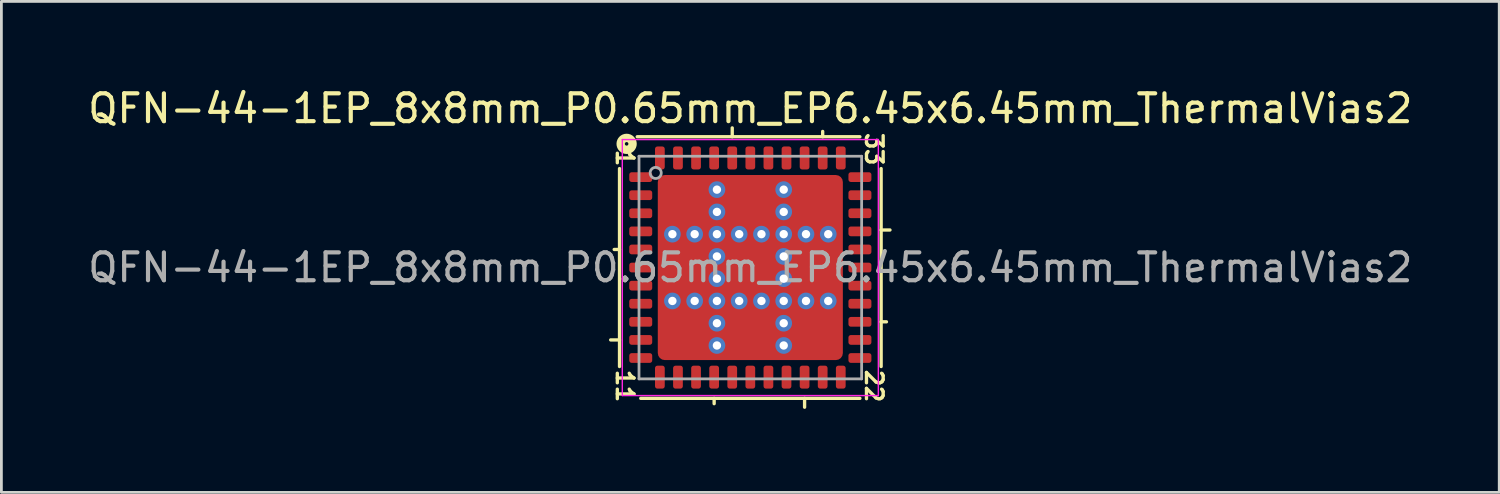
<source format=kicad_pcb>
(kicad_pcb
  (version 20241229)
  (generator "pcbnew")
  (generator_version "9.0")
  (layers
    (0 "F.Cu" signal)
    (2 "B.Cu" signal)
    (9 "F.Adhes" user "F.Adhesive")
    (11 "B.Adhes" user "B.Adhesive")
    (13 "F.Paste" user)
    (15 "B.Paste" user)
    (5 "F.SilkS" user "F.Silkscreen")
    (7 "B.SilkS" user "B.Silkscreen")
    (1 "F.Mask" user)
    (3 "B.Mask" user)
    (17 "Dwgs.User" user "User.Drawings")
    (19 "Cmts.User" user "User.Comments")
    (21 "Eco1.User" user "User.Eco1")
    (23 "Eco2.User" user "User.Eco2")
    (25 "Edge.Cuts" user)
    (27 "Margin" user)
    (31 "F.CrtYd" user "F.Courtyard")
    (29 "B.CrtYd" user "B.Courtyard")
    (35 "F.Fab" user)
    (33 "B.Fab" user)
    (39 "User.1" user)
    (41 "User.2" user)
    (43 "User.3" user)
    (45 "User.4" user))
  (footprint "QFN-44-1EP_8x8mm_P0.65mm_EP6.45x6.45mm_ThermalVias2"
    (layer "F.Cu")
    (at 23.911 6.564)
    (property "Reference" "QFN-44-1EP_8x8mm_P0.65mm_EP6.45x6.45mm_ThermalVias2" (at 0 -5.716 0) (layer "F.SilkS") (effects (font (size 1 1) (thickness 0.15))))
    (attr smd)
    (fp_line (start -4.7 -3.556) (end -4.7 3.556) (stroke (width 0.12) (type solid)) (layer "F.SilkS"))
    (fp_line (start -4.7 -0.65) (end -4.891 -0.65) (stroke (width 0.12) (type solid)) (layer "F.SilkS"))
    (fp_line (start -4.7 2.6) (end -5.018 2.6) (stroke (width 0.12) (type solid)) (layer "F.SilkS"))
    (fp_line (start -3.937 4.7) (end 3.937 4.7) (stroke (width 0.12) (type solid)) (layer "F.SilkS"))
    (fp_line (start -1.3 4.7) (end -1.3 4.891) (stroke (width 0.12) (type solid)) (layer "F.SilkS"))
    (fp_line (start -0.65 -4.7) (end -0.65 -5.018) (stroke (width 0.12) (type solid)) (layer "F.SilkS"))
    (fp_line (start 1.95 4.7) (end 1.95 5.018) (stroke (width 0.12) (type solid)) (layer "F.SilkS"))
    (fp_line (start 2.6 -4.7) (end 2.6 -4.891) (stroke (width 0.12) (type solid)) (layer "F.SilkS"))
    (fp_line (start 3.937 -4.7) (end -4.064 -4.7) (stroke (width 0.12) (type solid)) (layer "F.SilkS"))
    (fp_line (start 4.7 -1.35) (end 5.018 -1.35) (stroke (width 0.12) (type solid)) (layer "F.SilkS"))
    (fp_line (start 4.7 1.95) (end 4.891 1.95) (stroke (width 0.12) (type solid)) (layer "F.SilkS"))
    (fp_line (start 4.7 3.556) (end 4.7 -3.556) (stroke (width 0.12) (type solid)) (layer "F.SilkS"))
    (fp_circle (center -4.445 -4.445) (end -4.381 -4.445) (stroke (width 0.3) (type solid)) (fill no) (layer "F.SilkS"))
    (fp_line (start -4.6 -4.6) (end -4.6 4.6) (stroke (width 0.05) (type solid)) (layer "F.CrtYd"))
    (fp_line (start -4.6 4.6) (end 4.6 4.6) (stroke (width 0.05) (type solid)) (layer "F.CrtYd"))
    (fp_line (start 4.6 -4.6) (end -4.6 -4.6) (stroke (width 0.05) (type solid)) (layer "F.CrtYd"))
    (fp_line (start 4.6 4.6) (end 4.6 -4.6) (stroke (width 0.05) (type solid)) (layer "F.CrtYd"))
    (fp_line (start -4 -4) (end 4 -4) (stroke (width 0.1) (type solid)) (layer "F.Fab"))
    (fp_line (start -4 4) (end -4 -4) (stroke (width 0.1) (type solid)) (layer "F.Fab"))
    (fp_line (start 4 -4) (end 4 4) (stroke (width 0.1) (type solid)) (layer "F.Fab"))
    (fp_line (start 4 4) (end -4 4) (stroke (width 0.1) (type solid)) (layer "F.Fab"))
    (fp_circle (center -3.4 -3.4) (end -3.2 -3.4) (stroke (width 0.1) (type solid)) (fill no) (layer "F.Fab"))
    (fp_text user "33" (at 4.445 -4.255 270) (unlocked yes) (layer "F.SilkS") (effects (font (size 0.6 0.6) (thickness 0.12))))
    (fp_text user "22" (at 4.445 4.255 270) (unlocked yes) (layer "F.SilkS") (effects (font (size 0.6 0.6) (thickness 0.12))))
    (fp_text user "11" (at -4.508 4.255 270) (unlocked yes) (layer "F.SilkS") (effects (font (size 0.6 0.6) (thickness 0.12))))
    (fp_text user "1" (at -4.508 -3.937 270) (unlocked yes) (layer "F.SilkS") (effects (font (size 0.6 0.6) (thickness 0.12))))
    (fp_text user "${REFERENCE}" (at 0 0 0) (layer "F.Fab") (effects (font (size 1 1) (thickness 0.15))))
    (pad "" smd roundrect (at -2.775 -1.925) (size 0.65 0.65) (layers "F.Paste") (roundrect_rratio 0.25))
    (pad "" smd roundrect (at -2.775 -0.412 90) (size 0.625 0.65) (layers "F.Paste") (roundrect_rratio 0.25))
    (pad "" smd roundrect (at -2.775 0.412 90) (size 0.625 0.65) (layers "F.Paste") (roundrect_rratio 0.25))
    (pad "" smd roundrect (at -2.775 2.775) (size 0.65 0.65) (layers "F.Paste") (roundrect_rratio 0.25))
    (pad "" smd roundrect (at -2.775 -2.775) (size 0.65 0.65) (layers "F.Paste") (roundrect_rratio 0.25))
    (pad "" smd roundrect (at -2.775 1.925) (size 0.65 0.65) (layers "F.Paste") (roundrect_rratio 0.25))
    (pad "" smd roundrect (at -2.362 -2.362 180) (size 1.725 1.725) (layers "F.Mask") (roundrect_rratio 0.145))
    (pad "" smd roundrect (at -2.362 0 270) (size 1.8 1.725) (layers "F.Mask") (roundrect_rratio 0.145))
    (pad "" smd roundrect (at -2.362 2.362 180) (size 1.725 1.725) (layers "F.Mask") (roundrect_rratio 0.145))
    (pad "" smd roundrect (at -1.925 -2.775) (size 0.65 0.65) (layers "F.Paste") (roundrect_rratio 0.25))
    (pad "" smd roundrect (at -1.925 -1.925) (size 0.65 0.65) (layers "F.Paste") (roundrect_rratio 0.25))
    (pad "" smd roundrect (at -1.925 -0.412 90) (size 0.625 0.65) (layers "F.Paste") (roundrect_rratio 0.25))
    (pad "" smd roundrect (at -1.925 0.412 90) (size 0.625 0.65) (layers "F.Paste") (roundrect_rratio 0.25))
    (pad "" smd roundrect (at -1.925 1.925) (size 0.65 0.65) (layers "F.Paste") (roundrect_rratio 0.25))
    (pad "" smd roundrect (at -1.925 2.775) (size 0.65 0.65) (layers "F.Paste") (roundrect_rratio 0.25))
    (pad "" smd roundrect (at -0.425 -0.425) (size 0.65 0.65) (layers "F.Paste") (roundrect_rratio 0.25))
    (pad "" smd roundrect (at -0.425 0.425) (size 0.65 0.65) (layers "F.Paste") (roundrect_rratio 0.25))
    (pad "" smd roundrect (at -0.412 -1.925) (size 0.625 0.65) (layers "F.Paste") (roundrect_rratio 0.25))
    (pad "" smd roundrect (at -0.412 -2.775) (size 0.625 0.65) (layers "F.Paste") (roundrect_rratio 0.25))
    (pad "" smd roundrect (at -0.412 1.925 180) (size 0.625 0.65) (layers "F.Paste") (roundrect_rratio 0.25))
    (pad "" smd roundrect (at -0.412 2.775 180) (size 0.625 0.65) (layers "F.Paste") (roundrect_rratio 0.25))
    (pad "" smd roundrect (at 0 -2.362 180) (size 1.8 1.725) (layers "F.Mask") (roundrect_rratio 0.145))
    (pad "" smd roundrect (at 0 0 270) (size 1.8 1.8) (layers "F.Mask") (roundrect_rratio 0.139))
    (pad "" smd roundrect (at 0 2.362 180) (size 1.8 1.725) (layers "F.Mask") (roundrect_rratio 0.145))
    (pad "" smd roundrect (at 0.412 -2.775) (size 0.625 0.65) (layers "F.Paste") (roundrect_rratio 0.25))
    (pad "" smd roundrect (at 0.412 -1.925) (size 0.625 0.65) (layers "F.Paste") (roundrect_rratio 0.25))
    (pad "" smd roundrect (at 0.412 2.775 180) (size 0.625 0.65) (layers "F.Paste") (roundrect_rratio 0.25))
    (pad "" smd roundrect (at 0.412 1.925 180) (size 0.625 0.65) (layers "F.Paste") (roundrect_rratio 0.25))
    (pad "" smd roundrect (at 0.425 -0.425) (size 0.65 0.65) (layers "F.Paste") (roundrect_rratio 0.25))
    (pad "" smd roundrect (at 0.425 0.425) (size 0.65 0.65) (layers "F.Paste") (roundrect_rratio 0.25))
    (pad "" smd roundrect (at 1.925 -1.925) (size 0.65 0.65) (layers "F.Paste") (roundrect_rratio 0.25))
    (pad "" smd roundrect (at 1.925 -0.412 90) (size 0.625 0.65) (layers "F.Paste") (roundrect_rratio 0.25))
    (pad "" smd roundrect (at 1.925 0.412 90) (size 0.625 0.65) (layers "F.Paste") (roundrect_rratio 0.25))
    (pad "" smd roundrect (at 1.925 2.775) (size 0.65 0.65) (layers "F.Paste") (roundrect_rratio 0.25))
    (pad "" smd roundrect (at 1.925 -2.775) (size 0.65 0.65) (layers "F.Paste") (roundrect_rratio 0.25))
    (pad "" smd roundrect (at 1.925 1.925) (size 0.65 0.65) (layers "F.Paste") (roundrect_rratio 0.25))
    (pad "" smd roundrect (at 2.362 -2.362 180) (size 1.725 1.725) (layers "F.Mask") (roundrect_rratio 0.145))
    (pad "" smd roundrect (at 2.362 0 270) (size 1.8 1.725) (layers "F.Mask") (roundrect_rratio 0.145))
    (pad "" smd roundrect (at 2.362 2.362 180) (size 1.725 1.725) (layers "F.Mask") (roundrect_rratio 0.145))
    (pad "" smd roundrect (at 2.775 -2.775) (size 0.65 0.65) (layers "F.Paste") (roundrect_rratio 0.25))
    (pad "" smd roundrect (at 2.775 -1.925) (size 0.65 0.65) (layers "F.Paste") (roundrect_rratio 0.25))
    (pad "" smd roundrect (at 2.775 -0.412 90) (size 0.625 0.65) (layers "F.Paste") (roundrect_rratio 0.25))
    (pad "" smd roundrect (at 2.775 0.412 90) (size 0.625 0.65) (layers "F.Paste") (roundrect_rratio 0.25))
    (pad "" smd roundrect (at 2.775 1.925) (size 0.65 0.65) (layers "F.Paste") (roundrect_rratio 0.25))
    (pad "" smd roundrect (at 2.775 2.775) (size 0.65 0.65) (layers "F.Paste") (roundrect_rratio 0.25))
    (pad "1" smd roundrect (at -3.938 -3.25) (size 0.825 0.35) (layers "F.Cu" "F.Mask" "F.Paste") (roundrect_rratio 0.25))
    (pad "2" smd roundrect (at -3.938 -2.6) (size 0.825 0.35) (layers "F.Cu" "F.Mask" "F.Paste") (roundrect_rratio 0.25))
    (pad "3" smd roundrect (at -3.938 -1.95) (size 0.825 0.35) (layers "F.Cu" "F.Mask" "F.Paste") (roundrect_rratio 0.25))
    (pad "4" smd roundrect (at -3.938 -1.3) (size 0.825 0.35) (layers "F.Cu" "F.Mask" "F.Paste") (roundrect_rratio 0.25))
    (pad "5" smd roundrect (at -3.938 -0.65) (size 0.825 0.35) (layers "F.Cu" "F.Mask" "F.Paste") (roundrect_rratio 0.25))
    (pad "6" smd roundrect (at -3.938 0) (size 0.825 0.35) (layers "F.Cu" "F.Mask" "F.Paste") (roundrect_rratio 0.25))
    (pad "7" smd roundrect (at -3.938 0.65) (size 0.825 0.35) (layers "F.Cu" "F.Mask" "F.Paste") (roundrect_rratio 0.25))
    (pad "8" smd roundrect (at -3.938 1.3) (size 0.825 0.35) (layers "F.Cu" "F.Mask" "F.Paste") (roundrect_rratio 0.25))
    (pad "9" smd roundrect (at -3.938 1.95) (size 0.825 0.35) (layers "F.Cu" "F.Mask" "F.Paste") (roundrect_rratio 0.25))
    (pad "10" smd roundrect (at -3.938 2.6) (size 0.825 0.35) (layers "F.Cu" "F.Mask" "F.Paste") (roundrect_rratio 0.25))
    (pad "11" smd roundrect (at -3.938 3.25) (size 0.825 0.35) (layers "F.Cu" "F.Mask" "F.Paste") (roundrect_rratio 0.25))
    (pad "12" smd roundrect (at -3.25 3.938) (size 0.35 0.825) (layers "F.Cu" "F.Mask" "F.Paste") (roundrect_rratio 0.25))
    (pad "13" smd roundrect (at -2.6 3.938) (size 0.35 0.825) (layers "F.Cu" "F.Mask" "F.Paste") (roundrect_rratio 0.25))
    (pad "14" smd roundrect (at -1.95 3.938) (size 0.35 0.825) (layers "F.Cu" "F.Mask" "F.Paste") (roundrect_rratio 0.25))
    (pad "15" smd roundrect (at -1.3 3.938) (size 0.35 0.825) (layers "F.Cu" "F.Mask" "F.Paste") (roundrect_rratio 0.25))
    (pad "16" smd roundrect (at -0.65 3.938) (size 0.35 0.825) (layers "F.Cu" "F.Mask" "F.Paste") (roundrect_rratio 0.25))
    (pad "17" smd roundrect (at 0 3.938) (size 0.35 0.825) (layers "F.Cu" "F.Mask" "F.Paste") (roundrect_rratio 0.25))
    (pad "18" smd roundrect (at 0.65 3.938) (size 0.35 0.825) (layers "F.Cu" "F.Mask" "F.Paste") (roundrect_rratio 0.25))
    (pad "19" smd roundrect (at 1.3 3.938) (size 0.35 0.825) (layers "F.Cu" "F.Mask" "F.Paste") (roundrect_rratio 0.25))
    (pad "20" smd roundrect (at 1.95 3.938) (size 0.35 0.825) (layers "F.Cu" "F.Mask" "F.Paste") (roundrect_rratio 0.25))
    (pad "21" smd roundrect (at 2.6 3.938) (size 0.35 0.825) (layers "F.Cu" "F.Mask" "F.Paste") (roundrect_rratio 0.25))
    (pad "22" smd roundrect (at 3.25 3.938) (size 0.35 0.825) (layers "F.Cu" "F.Mask" "F.Paste") (roundrect_rratio 0.25))
    (pad "23" smd roundrect (at 3.938 3.25) (size 0.825 0.35) (layers "F.Cu" "F.Mask" "F.Paste") (roundrect_rratio 0.25))
    (pad "24" smd roundrect (at 3.938 2.6) (size 0.825 0.35) (layers "F.Cu" "F.Mask" "F.Paste") (roundrect_rratio 0.25))
    (pad "25" smd roundrect (at 3.938 1.95) (size 0.825 0.35) (layers "F.Cu" "F.Mask" "F.Paste") (roundrect_rratio 0.25))
    (pad "26" smd roundrect (at 3.938 1.3) (size 0.825 0.35) (layers "F.Cu" "F.Mask" "F.Paste") (roundrect_rratio 0.25))
    (pad "27" smd roundrect (at 3.938 0.65) (size 0.825 0.35) (layers "F.Cu" "F.Mask" "F.Paste") (roundrect_rratio 0.25))
    (pad "28" smd roundrect (at 3.938 0) (size 0.825 0.35) (layers "F.Cu" "F.Mask" "F.Paste") (roundrect_rratio 0.25))
    (pad "29" smd roundrect (at 3.938 -0.65) (size 0.825 0.35) (layers "F.Cu" "F.Mask" "F.Paste") (roundrect_rratio 0.25))
    (pad "30" smd roundrect (at 3.938 -1.3) (size 0.825 0.35) (layers "F.Cu" "F.Mask" "F.Paste") (roundrect_rratio 0.25))
    (pad "31" smd roundrect (at 3.938 -1.95) (size 0.825 0.35) (layers "F.Cu" "F.Mask" "F.Paste") (roundrect_rratio 0.25))
    (pad "32" smd roundrect (at 3.938 -2.6) (size 0.825 0.35) (layers "F.Cu" "F.Mask" "F.Paste") (roundrect_rratio 0.25))
    (pad "33" smd roundrect (at 3.938 -3.25) (size 0.825 0.35) (layers "F.Cu" "F.Mask" "F.Paste") (roundrect_rratio 0.25))
    (pad "34" smd roundrect (at 3.25 -3.938) (size 0.35 0.825) (layers "F.Cu" "F.Mask" "F.Paste") (roundrect_rratio 0.25))
    (pad "35" smd roundrect (at 2.6 -3.938) (size 0.35 0.825) (layers "F.Cu" "F.Mask" "F.Paste") (roundrect_rratio 0.25))
    (pad "36" smd roundrect (at 1.95 -3.938) (size 0.35 0.825) (layers "F.Cu" "F.Mask" "F.Paste") (roundrect_rratio 0.25))
    (pad "37" smd roundrect (at 1.3 -3.938) (size 0.35 0.825) (layers "F.Cu" "F.Mask" "F.Paste") (roundrect_rratio 0.25))
    (pad "38" smd roundrect (at 0.65 -3.938) (size 0.35 0.825) (layers "F.Cu" "F.Mask" "F.Paste") (roundrect_rratio 0.25))
    (pad "39" smd roundrect (at 0 -3.938) (size 0.35 0.825) (layers "F.Cu" "F.Mask" "F.Paste") (roundrect_rratio 0.25))
    (pad "40" smd roundrect (at -0.65 -3.938) (size 0.35 0.825) (layers "F.Cu" "F.Mask" "F.Paste") (roundrect_rratio 0.25))
    (pad "41" smd roundrect (at -1.3 -3.938) (size 0.35 0.825) (layers "F.Cu" "F.Mask" "F.Paste") (roundrect_rratio 0.25))
    (pad "42" smd roundrect (at -1.95 -3.938) (size 0.35 0.825) (layers "F.Cu" "F.Mask" "F.Paste") (roundrect_rratio 0.25))
    (pad "43" smd roundrect (at -2.6 -3.938) (size 0.35 0.825) (layers "F.Cu" "F.Mask" "F.Paste") (roundrect_rratio 0.25))
    (pad "44" smd roundrect (at -3.25 -3.938) (size 0.35 0.825) (layers "F.Cu" "F.Mask" "F.Paste") (roundrect_rratio 0.25))
    (pad "45" thru_hole circle (at -2.8 -1.2) (size 0.6 0.6) (drill 0.3) (property pad_prop_heatsink) (layers "*.Cu" "*.Mask"))
    (pad "45" thru_hole circle (at -2.8 1.2) (size 0.6 0.6) (drill 0.3) (property pad_prop_heatsink) (layers "*.Cu" "*.Mask"))
    (pad "45" thru_hole circle (at -2 -1.2) (size 0.6 0.6) (drill 0.3) (property pad_prop_heatsink) (layers "*.Cu" "*.Mask"))
    (pad "45" thru_hole circle (at -2 1.2) (size 0.6 0.6) (drill 0.3) (property pad_prop_heatsink) (layers "*.Cu" "*.Mask"))
    (pad "45" thru_hole circle (at -1.2 -2.8) (size 0.6 0.6) (drill 0.3) (property pad_prop_heatsink) (layers "*.Cu" "*.Mask"))
    (pad "45" thru_hole circle (at -1.2 -2) (size 0.6 0.6) (drill 0.3) (property pad_prop_heatsink) (layers "*.Cu" "*.Mask"))
    (pad "45" thru_hole circle (at -1.2 -1.2) (size 0.6 0.6) (drill 0.3) (property pad_prop_heatsink) (layers "*.Cu" "*.Mask"))
    (pad "45" thru_hole circle (at -1.2 -0.4) (size 0.6 0.6) (drill 0.3) (property pad_prop_heatsink) (layers "*.Cu" "*.Mask"))
    (pad "45" thru_hole circle (at -1.2 0.4) (size 0.6 0.6) (drill 0.3) (property pad_prop_heatsink) (layers "*.Cu" "*.Mask"))
    (pad "45" thru_hole circle (at -1.2 1.2) (size 0.6 0.6) (drill 0.3) (property pad_prop_heatsink) (layers "*.Cu" "*.Mask"))
    (pad "45" thru_hole circle (at -1.2 2) (size 0.6 0.6) (drill 0.3) (property pad_prop_heatsink) (layers "*.Cu" "*.Mask"))
    (pad "45" thru_hole circle (at -1.2 2.8) (size 0.6 0.6) (drill 0.3) (property pad_prop_heatsink) (layers "*.Cu" "*.Mask"))
    (pad "45" thru_hole circle (at -0.4 -1.2) (size 0.6 0.6) (drill 0.3) (property pad_prop_heatsink) (layers "*.Cu" "*.Mask"))
    (pad "45" thru_hole circle (at -0.4 1.2) (size 0.6 0.6) (drill 0.3) (property pad_prop_heatsink) (layers "*.Cu" "*.Mask"))
    (pad "45" smd roundrect (at 0 0) (size 6.65 6.65) (layers "F.Cu") (roundrect_rratio 0.038))
    (pad "45" thru_hole circle (at 0.4 -1.2 180) (size 0.6 0.6) (drill 0.3) (property pad_prop_heatsink) (layers "*.Cu" "*.Mask"))
    (pad "45" thru_hole circle (at 0.4 1.2 180) (size 0.6 0.6) (drill 0.3) (property pad_prop_heatsink) (layers "*.Cu" "*.Mask"))
    (pad "45" thru_hole circle (at 1.2 -2.8 180) (size 0.6 0.6) (drill 0.3) (property pad_prop_heatsink) (layers "*.Cu" "*.Mask"))
    (pad "45" thru_hole circle (at 1.2 -2 180) (size 0.6 0.6) (drill 0.3) (property pad_prop_heatsink) (layers "*.Cu" "*.Mask"))
    (pad "45" thru_hole circle (at 1.2 -1.2 180) (size 0.6 0.6) (drill 0.3) (property pad_prop_heatsink) (layers "*.Cu" "*.Mask"))
    (pad "45" thru_hole circle (at 1.2 -0.4 180) (size 0.6 0.6) (drill 0.3) (property pad_prop_heatsink) (layers "*.Cu" "*.Mask"))
    (pad "45" thru_hole circle (at 1.2 0.4 180) (size 0.6 0.6) (drill 0.3) (property pad_prop_heatsink) (layers "*.Cu" "*.Mask"))
    (pad "45" thru_hole circle (at 1.2 1.2 180) (size 0.6 0.6) (drill 0.3) (property pad_prop_heatsink) (layers "*.Cu" "*.Mask"))
    (pad "45" thru_hole circle (at 1.2 2 180) (size 0.6 0.6) (drill 0.3) (property pad_prop_heatsink) (layers "*.Cu" "*.Mask"))
    (pad "45" thru_hole circle (at 1.2 2.8 180) (size 0.6 0.6) (drill 0.3) (property pad_prop_heatsink) (layers "*.Cu" "*.Mask"))
    (pad "45" thru_hole circle (at 2 -1.2 180) (size 0.6 0.6) (drill 0.3) (property pad_prop_heatsink) (layers "*.Cu" "*.Mask"))
    (pad "45" thru_hole circle (at 2 1.2 180) (size 0.6 0.6) (drill 0.3) (property pad_prop_heatsink) (layers "*.Cu" "*.Mask"))
    (pad "45" thru_hole circle (at 2.8 -1.2 180) (size 0.6 0.6) (drill 0.3) (property pad_prop_heatsink) (layers "*.Cu" "*.Mask"))
    (pad "45" thru_hole circle (at 2.8 1.2 180) (size 0.6 0.6) (drill 0.3) (property pad_prop_heatsink) (layers "*.Cu" "*.Mask")))
  (gr_rect
    (start -3 -3)
    (end 50.821 14.642)
    (stroke (width 0.1) (type default))
    (fill no)
    (layer "Edge.Cuts")))
</source>
